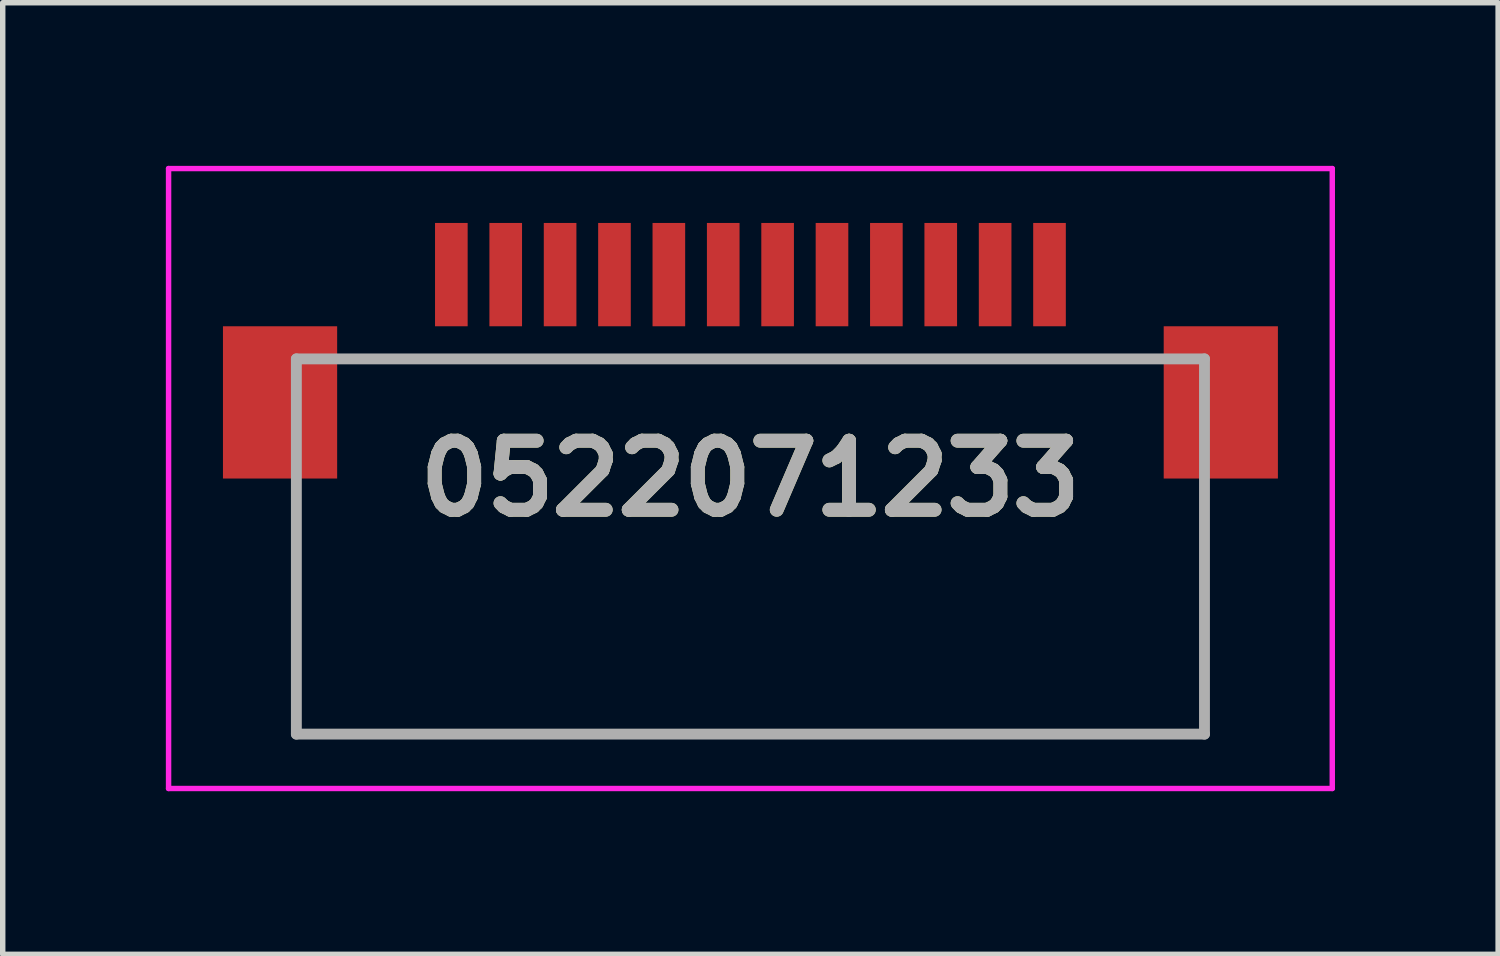
<source format=kicad_pcb>
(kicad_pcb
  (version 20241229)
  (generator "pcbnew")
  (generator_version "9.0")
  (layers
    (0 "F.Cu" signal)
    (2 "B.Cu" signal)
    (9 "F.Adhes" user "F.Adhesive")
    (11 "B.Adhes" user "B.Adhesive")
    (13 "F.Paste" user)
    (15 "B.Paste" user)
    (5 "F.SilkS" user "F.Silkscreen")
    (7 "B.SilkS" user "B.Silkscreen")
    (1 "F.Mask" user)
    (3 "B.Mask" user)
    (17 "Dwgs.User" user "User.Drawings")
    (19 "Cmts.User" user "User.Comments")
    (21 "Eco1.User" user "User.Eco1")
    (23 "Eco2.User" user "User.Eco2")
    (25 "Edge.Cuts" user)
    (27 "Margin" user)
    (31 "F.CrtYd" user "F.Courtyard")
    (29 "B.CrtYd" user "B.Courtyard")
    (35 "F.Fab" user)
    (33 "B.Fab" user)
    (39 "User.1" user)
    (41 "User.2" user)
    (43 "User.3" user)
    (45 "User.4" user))
  (footprint "0522071233"
    (layer "F.Cu")
    (at 10.75 2.95)
    (property "Reference" "0522071233" (at 0 2.8 0) (layer "F.SilkS") (effects (font (size 1.27 1.27) (thickness 0.254))))
    (attr smd)
    (fp_line (start -8.35 3.275) (end -8.35 7.5) (stroke (width 0.1) (type solid)) (layer "F.SilkS"))
    (fp_line (start -8.35 7.5) (end 8.35 7.5) (stroke (width 0.1) (type solid)) (layer "F.SilkS"))
    (fp_line (start -7 0.6) (end 7 0.6) (stroke (width 0.1) (type solid)) (layer "F.SilkS"))
    (fp_line (start 8.35 7.5) (end 8.35 3.275) (stroke (width 0.1) (type solid)) (layer "F.SilkS"))
    (fp_line (start -10.7 -2.9) (end 10.7 -2.9) (stroke (width 0.1) (type solid)) (layer "F.CrtYd"))
    (fp_line (start -10.7 8.5) (end -10.7 -2.9) (stroke (width 0.1) (type solid)) (layer "F.CrtYd"))
    (fp_line (start 10.7 -2.9) (end 10.7 8.5) (stroke (width 0.1) (type solid)) (layer "F.CrtYd"))
    (fp_line (start 10.7 8.5) (end -10.7 8.5) (stroke (width 0.1) (type solid)) (layer "F.CrtYd"))
    (fp_line (start -8.35 0.6) (end 8.35 0.6) (stroke (width 0.2) (type solid)) (layer "F.Fab"))
    (fp_line (start -8.35 7.5) (end -8.35 0.6) (stroke (width 0.2) (type solid)) (layer "F.Fab"))
    (fp_line (start 8.35 0.6) (end 8.35 7.5) (stroke (width 0.2) (type solid)) (layer "F.Fab"))
    (fp_line (start 8.35 7.5) (end -8.35 7.5) (stroke (width 0.2) (type solid)) (layer "F.Fab"))
    (fp_text user "${REFERENCE}" (at 0 2.8 0) (layer "F.Fab") (effects (font (size 1.27 1.27) (thickness 0.254))))
    (pad "1" smd rect (at -5.5 -0.95) (size 0.6 1.9) (layers "F.Cu" "F.Mask" "F.Paste"))
    (pad "2" smd rect (at -4.5 -0.95) (size 0.6 1.9) (layers "F.Cu" "F.Mask" "F.Paste"))
    (pad "3" smd rect (at -3.5 -0.95) (size 0.6 1.9) (layers "F.Cu" "F.Mask" "F.Paste"))
    (pad "4" smd rect (at -2.5 -0.95) (size 0.6 1.9) (layers "F.Cu" "F.Mask" "F.Paste"))
    (pad "5" smd rect (at -1.5 -0.95) (size 0.6 1.9) (layers "F.Cu" "F.Mask" "F.Paste"))
    (pad "6" smd rect (at -0.5 -0.95) (size 0.6 1.9) (layers "F.Cu" "F.Mask" "F.Paste"))
    (pad "7" smd rect (at 0.5 -0.95) (size 0.6 1.9) (layers "F.Cu" "F.Mask" "F.Paste"))
    (pad "8" smd rect (at 1.5 -0.95) (size 0.6 1.9) (layers "F.Cu" "F.Mask" "F.Paste"))
    (pad "9" smd rect (at 2.5 -0.95) (size 0.6 1.9) (layers "F.Cu" "F.Mask" "F.Paste"))
    (pad "10" smd rect (at 3.5 -0.95) (size 0.6 1.9) (layers "F.Cu" "F.Mask" "F.Paste"))
    (pad "11" smd rect (at 4.5 -0.95) (size 0.6 1.9) (layers "F.Cu" "F.Mask" "F.Paste"))
    (pad "12" smd rect (at 5.5 -0.95) (size 0.6 1.9) (layers "F.Cu" "F.Mask" "F.Paste"))
    (pad "MP1" smd rect (at -8.65 1.4) (size 2.1 2.8) (layers "F.Cu" "F.Mask" "F.Paste"))
    (pad "MP2" smd rect (at 8.65 1.4) (size 2.1 2.8) (layers "F.Cu" "F.Mask" "F.Paste")))
  (gr_rect
    (start -3 -3)
    (end 24.5 14.5)
    (stroke (width 0.1) (type default))
    (fill no)
    (layer "Edge.Cuts")))
</source>
